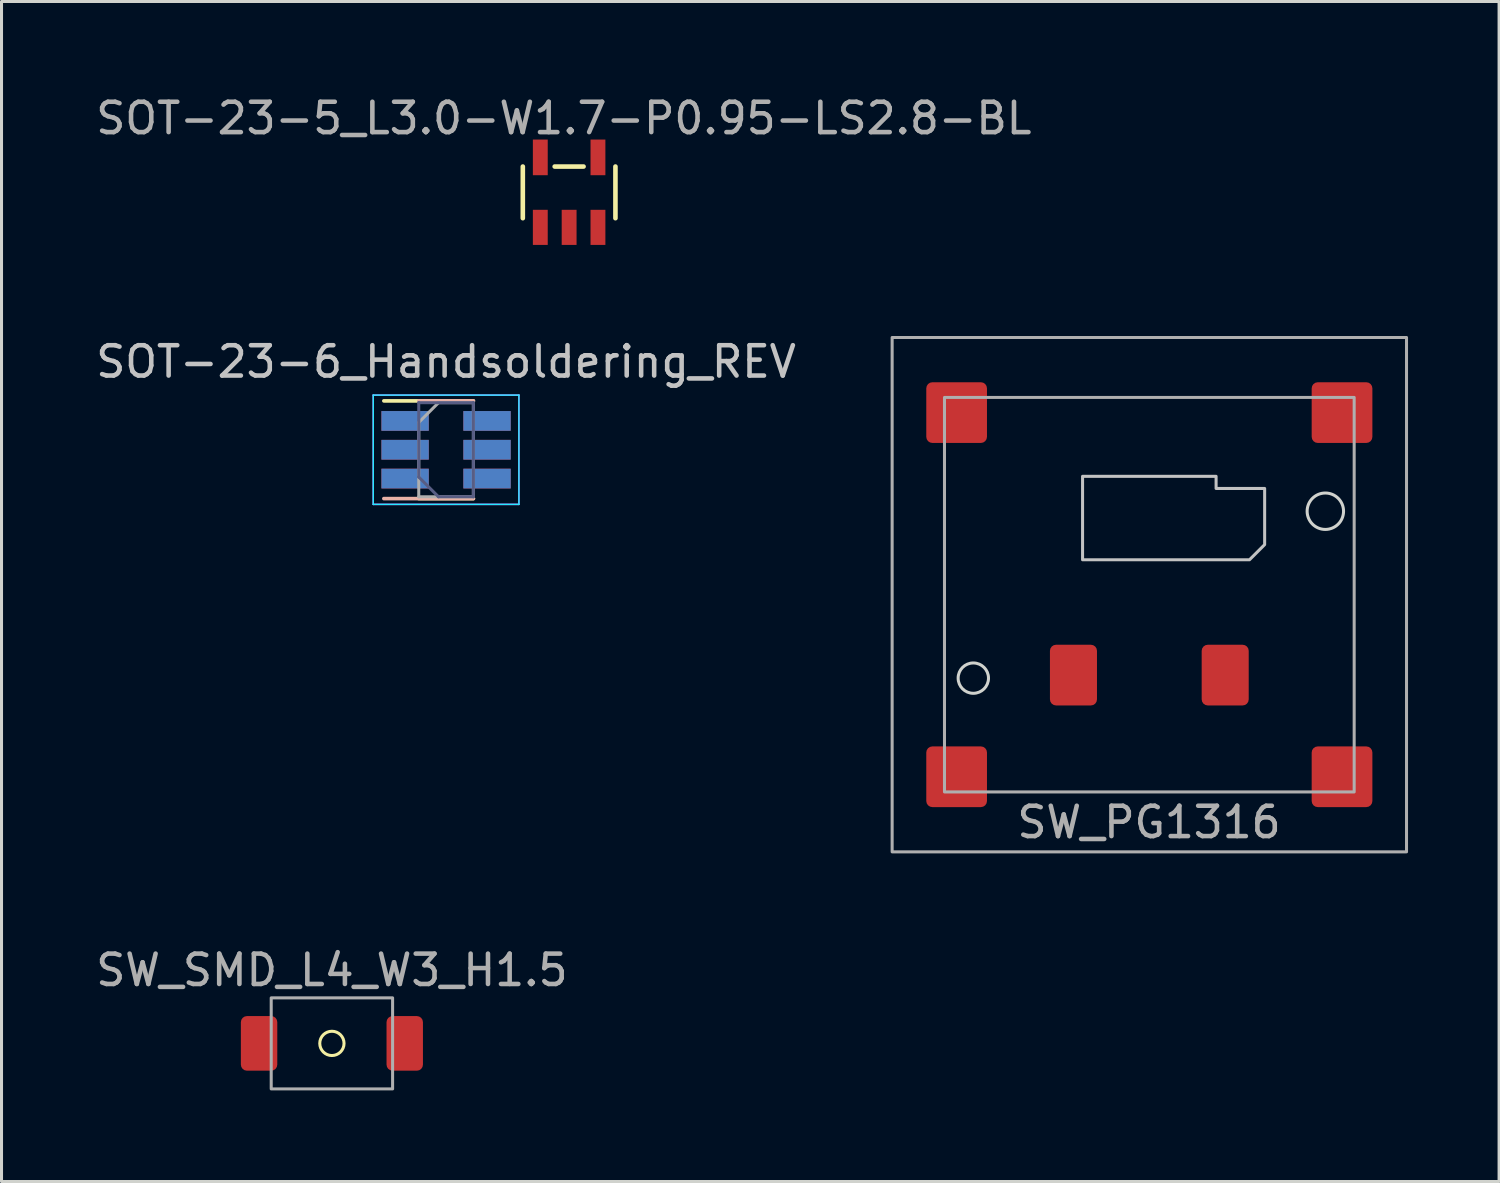
<source format=kicad_pcb>
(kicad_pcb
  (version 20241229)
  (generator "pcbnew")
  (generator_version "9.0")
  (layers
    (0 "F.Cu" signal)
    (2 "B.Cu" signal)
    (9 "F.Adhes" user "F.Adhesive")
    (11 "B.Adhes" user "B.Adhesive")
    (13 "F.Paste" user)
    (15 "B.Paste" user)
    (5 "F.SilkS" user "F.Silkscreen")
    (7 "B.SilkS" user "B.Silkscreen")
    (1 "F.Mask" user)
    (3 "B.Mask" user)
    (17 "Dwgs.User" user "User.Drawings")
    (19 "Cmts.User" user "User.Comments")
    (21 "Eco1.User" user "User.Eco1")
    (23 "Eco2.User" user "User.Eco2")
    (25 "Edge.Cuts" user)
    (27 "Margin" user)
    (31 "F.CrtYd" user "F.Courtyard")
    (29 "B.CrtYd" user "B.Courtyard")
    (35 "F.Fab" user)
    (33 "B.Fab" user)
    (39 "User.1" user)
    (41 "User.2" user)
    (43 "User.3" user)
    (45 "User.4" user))
  (footprint "SOT-23-5_L3.0-W1.7-P0.95-LS2.8-BL"
    (layer "F.Cu")
    (at 15.704 3.289)
    (property "Reference" "SOT-23-5_L3.0-W1.7-P0.95-LS2.8-BL" (at -0.174 -2.441 0) (layer "F.Fab") (effects (font (size 1 1) (thickness 0.15))))
    (fp_line (start -1.526 0.851) (end -1.526 -0.851) (stroke (width 0.152) (type default)) (layer "F.SilkS"))
    (fp_line (start 0.476 -0.851) (end -0.476 -0.851) (stroke (width 0.152) (type default)) (layer "F.SilkS"))
    (fp_line (start 1.526 0.851) (end 1.526 -0.851) (stroke (width 0.152) (type default)) (layer "F.SilkS"))
    (fp_poly (pts (xy -1.125 -1) (xy -1.125 -1.4) (xy -0.775 -1.4) (xy -0.775 -1)) (stroke (width 0.1) (type default)) (fill no) (layer "User.1"))
    (fp_poly (pts (xy -1.125 -0.74) (xy -1.125 -1.01) (xy -0.775 -1.01) (xy -0.775 -0.74)) (stroke (width 0.1) (type default)) (fill no) (layer "User.1"))
    (fp_poly (pts (xy -1.125 1.01) (xy -1.125 0.74) (xy -0.775 0.74) (xy -0.775 1.01)) (stroke (width 0.1) (type default)) (fill no) (layer "User.1"))
    (fp_poly (pts (xy -1.125 1.4) (xy -1.125 1) (xy -0.775 1) (xy -0.775 1.4)) (stroke (width 0.1) (type default)) (fill no) (layer "User.1"))
    (fp_poly (pts (xy -0.175 1.01) (xy -0.175 0.74) (xy 0.175 0.74) (xy 0.175 1.01)) (stroke (width 0.1) (type default)) (fill no) (layer "User.1"))
    (fp_poly (pts (xy -0.175 1.4) (xy -0.175 1) (xy 0.175 1) (xy 0.175 1.4)) (stroke (width 0.1) (type default)) (fill no) (layer "User.1"))
    (fp_poly (pts (xy 0.775 -1) (xy 0.775 -1.4) (xy 1.125 -1.4) (xy 1.125 -1)) (stroke (width 0.1) (type default)) (fill no) (layer "User.1"))
    (fp_poly (pts (xy 0.775 -0.74) (xy 0.775 -1.01) (xy 1.125 -1.01) (xy 1.125 -0.74)) (stroke (width 0.1) (type default)) (fill no) (layer "User.1"))
    (fp_poly (pts (xy 0.775 1.01) (xy 0.775 0.74) (xy 1.125 0.74) (xy 1.125 1.01)) (stroke (width 0.1) (type default)) (fill no) (layer "User.1"))
    (fp_poly (pts (xy 0.775 1.4) (xy 0.775 1) (xy 1.125 1) (xy 1.125 1.4)) (stroke (width 0.1) (type default)) (fill no) (layer "User.1"))
    (fp_line (start -1.45 -0.775) (end 1.45 -0.775) (stroke (width 0.051) (type default)) (layer "User.2"))
    (fp_line (start -1.45 0.775) (end -1.45 -0.775) (stroke (width 0.051) (type default)) (layer "User.2"))
    (fp_line (start 1.45 -0.775) (end 1.45 0.775) (stroke (width 0.051) (type default)) (layer "User.2"))
    (fp_line (start 1.45 0.775) (end -1.45 0.775) (stroke (width 0.051) (type default)) (layer "User.2"))
    (pad "1" smd rect (at -0.95 1.153) (size 0.49 1.157) (layers "F.Cu" "F.Mask" "F.Paste"))
    (pad "2" smd rect (at 0 1.153) (size 0.49 1.157) (layers "F.Cu" "F.Mask" "F.Paste"))
    (pad "3" smd rect (at 0.95 1.153) (size 0.49 1.157) (layers "F.Cu" "F.Mask" "F.Paste"))
    (pad "4" smd rect (at 0.95 -1.153) (size 0.49 1.175) (layers "F.Cu" "F.Mask" "F.Paste"))
    (pad "5" smd rect (at -0.95 -1.153) (size 0.49 1.175) (layers "F.Cu" "F.Mask" "F.Paste")))
  (footprint "SW_PG1316"
    (layer "F.Cu")
    (at 34.823 16.546)
    (property "Reference" "SW_PG1316" (at -0.01 7.5 0) (unlocked yes) (layer "F.Fab") (effects (font (size 1 1) (thickness 0.15))))
    (attr smd)
    (fp_poly (pts (xy 3.8 -3.5) (xy 3.8 -1.65) (xy 3.3 -1.15) (xy -2.2 -1.15) (xy -2.2 -3.9) (xy 2.2 -3.9) (xy 2.2 -3.5)) (stroke (width 0.1) (type solid)) (fill no) (layer "Dwgs.User"))
    (fp_circle (center -5.8 2.75) (end -5.3 2.75) (stroke (width 0.1) (type default)) (fill no) (layer "Edge.Cuts"))
    (fp_circle (center 5.8 -2.75) (end 6.4 -2.75) (stroke (width 0.1) (type default)) (fill no) (layer "Edge.Cuts"))
    (fp_rect (start -8.475 8.475) (end 8.475 -8.475) (stroke (width 0.1) (type solid)) (fill no) (layer "F.Fab"))
    (fp_rect (start -6.75 -6.5) (end 6.75 6.5) (stroke (width 0.1) (type default)) (fill no) (layer "F.Fab"))
    (pad "1" smd roundrect (at -2.5 2.65) (size 1.55 2) (layers "F.Cu" "F.Mask" "F.Paste") (roundrect_rratio 0.129))
    (pad "2" smd roundrect (at 2.5 2.65) (size 1.55 2) (layers "F.Cu" "F.Mask" "F.Paste") (roundrect_rratio 0.129))
    (pad "3" smd roundrect (at -6.35 -6) (size 2 2) (layers "F.Cu" "F.Mask" "F.Paste") (roundrect_rratio 0.1))
    (pad "3" smd roundrect (at -6.35 6) (size 2 2) (layers "F.Cu" "F.Mask" "F.Paste") (roundrect_rratio 0.1))
    (pad "3" smd roundrect (at 6.35 -6) (size 2 2) (layers "F.Cu" "F.Mask" "F.Paste") (roundrect_rratio 0.1))
    (pad "3" smd roundrect (at 6.35 6) (size 2 2) (layers "F.Cu" "F.Mask" "F.Paste") (roundrect_rratio 0.1)))
  (footprint "SW_SMD_L4_W3_H1.5"
    (layer "F.Cu")
    (at 7.887 31.332)
    (property "Reference" "SW_SMD_L4_W3_H1.5" (at 0 -2.413 0) (layer "F.Fab") (effects (font (size 1 1) (thickness 0.15))))
    (attr through_hole)
    (fp_circle (center 0 0) (end 0.4 0) (stroke (width 0.1) (type solid)) (fill no) (layer "F.SilkS"))
    (fp_rect (start -2 -1.5) (end 2 1.5) (stroke (width 0.1) (type solid)) (fill no) (layer "F.Fab"))
    (pad "1" smd roundrect (at -2.4 0) (size 1.2 1.8) (layers "F.Cu" "F.Mask" "F.Paste") (roundrect_rratio 0.167))
    (pad "2" smd roundrect (at 2.4 0) (size 1.2 1.8) (layers "F.Cu" "F.Mask" "F.Paste") (roundrect_rratio 0.167)))
  (footprint "SOT-23-6_Handsoldering_REV"
    (layer "F.Cu")
    (at 11.649 11.77)
    (property "Reference" "SOT-23-6_Handsoldering_REV" (at 0 -2.9 0) (layer "Dwgs.User") (effects (font (size 1 1) (thickness 0.15))))
    (attr smd)
    (fp_line (start -0.9 1.61) (end 0.9 1.61) (stroke (width 0.12) (type solid)) (layer "F.SilkS"))
    (fp_line (start 0.9 -1.61) (end -2.05 -1.61) (stroke (width 0.12) (type solid)) (layer "F.SilkS"))
    (fp_line (start -0.9 -1.61) (end 0.9 -1.61) (stroke (width 0.12) (type solid)) (layer "B.SilkS"))
    (fp_line (start 0.9 1.61) (end -2.05 1.61) (stroke (width 0.12) (type solid)) (layer "B.SilkS"))
    (fp_line (start -2.4 -1.8) (end -2.4 1.8) (stroke (width 0.05) (type solid)) (layer "B.CrtYd"))
    (fp_line (start -2.4 1.8) (end 2.4 1.8) (stroke (width 0.05) (type solid)) (layer "B.CrtYd"))
    (fp_line (start 2.4 -1.8) (end -2.4 -1.8) (stroke (width 0.05) (type solid)) (layer "B.CrtYd"))
    (fp_line (start 2.4 1.8) (end 2.4 -1.8) (stroke (width 0.05) (type solid)) (layer "B.CrtYd"))
    (fp_line (start -2.4 -1.8) (end 2.4 -1.8) (stroke (width 0.05) (type solid)) (layer "F.CrtYd"))
    (fp_line (start -2.4 1.8) (end -2.4 -1.8) (stroke (width 0.05) (type solid)) (layer "F.CrtYd"))
    (fp_line (start 2.4 -1.8) (end 2.4 1.8) (stroke (width 0.05) (type solid)) (layer "F.CrtYd"))
    (fp_line (start 2.4 1.8) (end -2.4 1.8) (stroke (width 0.05) (type solid)) (layer "F.CrtYd"))
    (fp_line (start -0.9 0.9) (end -0.9 -1.55) (stroke (width 0.1) (type solid)) (layer "B.Fab"))
    (fp_line (start -0.9 0.9) (end -0.25 1.55) (stroke (width 0.1) (type solid)) (layer "B.Fab"))
    (fp_line (start 0.9 -1.55) (end -0.9 -1.55) (stroke (width 0.1) (type solid)) (layer "B.Fab"))
    (fp_line (start 0.9 1.55) (end -0.25 1.55) (stroke (width 0.1) (type solid)) (layer "B.Fab"))
    (fp_line (start 0.9 1.55) (end 0.9 -1.55) (stroke (width 0.1) (type solid)) (layer "B.Fab"))
    (fp_line (start -0.9 -0.9) (end -0.9 1.55) (stroke (width 0.1) (type solid)) (layer "F.Fab"))
    (fp_line (start -0.9 -0.9) (end -0.25 -1.55) (stroke (width 0.1) (type solid)) (layer "F.Fab"))
    (fp_line (start 0.9 -1.55) (end -0.25 -1.55) (stroke (width 0.1) (type solid)) (layer "F.Fab"))
    (fp_line (start 0.9 -1.55) (end 0.9 1.55) (stroke (width 0.1) (type solid)) (layer "F.Fab"))
    (fp_line (start 0.9 1.55) (end -0.9 1.55) (stroke (width 0.1) (type solid)) (layer "F.Fab"))
    (pad "1" smd rect (at -1.35 -0.95) (size 1.56 0.65) (layers "F.Cu" "F.Mask" "F.Paste"))
    (pad "1" smd rect (at -1.35 0.95 180) (size 1.56 0.65) (layers "B.Cu" "B.Mask" "B.Paste"))
    (pad "2" smd rect (at -1.35 0) (size 1.56 0.65) (layers "F.Cu" "F.Mask" "F.Paste"))
    (pad "2" smd rect (at -1.35 0 180) (size 1.56 0.65) (layers "B.Cu" "B.Mask" "B.Paste"))
    (pad "3" smd rect (at -1.35 -0.95 180) (size 1.56 0.65) (layers "B.Cu" "B.Mask" "B.Paste"))
    (pad "3" smd rect (at -1.35 0.95) (size 1.56 0.65) (layers "F.Cu" "F.Mask" "F.Paste"))
    (pad "4" smd rect (at 1.35 -0.95 180) (size 1.56 0.65) (layers "B.Cu" "B.Mask" "B.Paste"))
    (pad "4" smd rect (at 1.35 0.95) (size 1.56 0.65) (layers "F.Cu" "F.Mask" "F.Paste"))
    (pad "5" smd rect (at 1.35 0) (size 1.56 0.65) (layers "F.Cu" "F.Mask" "F.Paste"))
    (pad "5" smd rect (at 1.35 0 180) (size 1.56 0.65) (layers "B.Cu" "B.Mask" "B.Paste"))
    (pad "6" smd rect (at 1.35 -0.95) (size 1.56 0.65) (layers "F.Cu" "F.Mask" "F.Paste"))
    (pad "6" smd rect (at 1.35 0.95 180) (size 1.56 0.65) (layers "B.Cu" "B.Mask" "B.Paste")))
  (gr_rect
    (start -3 -3)
    (end 46.348 35.883)
    (stroke (width 0.1) (type default))
    (fill no)
    (layer "Edge.Cuts")))
</source>
